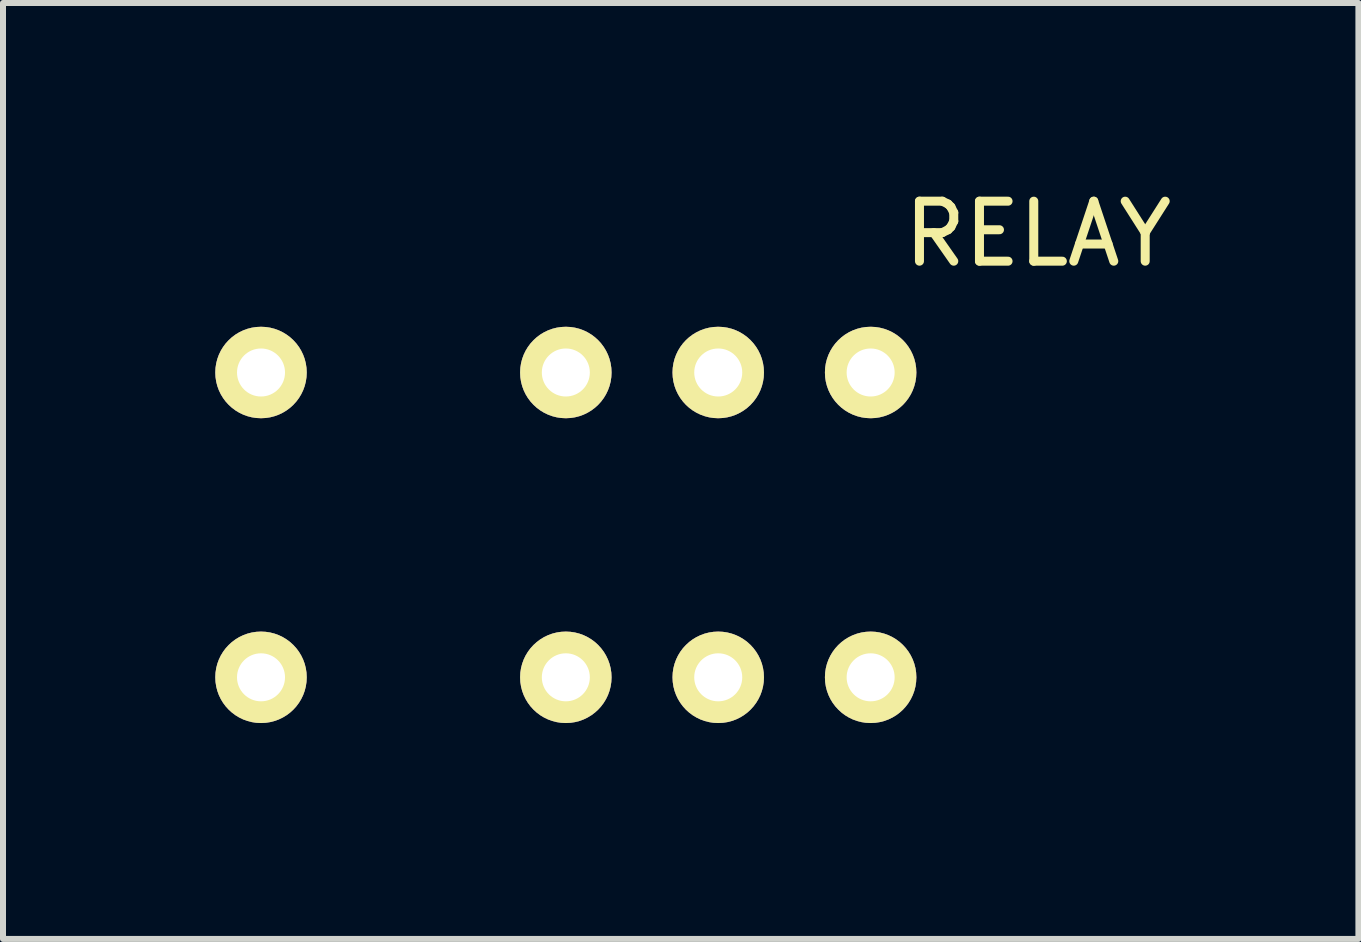
<source format=kicad_pcb>
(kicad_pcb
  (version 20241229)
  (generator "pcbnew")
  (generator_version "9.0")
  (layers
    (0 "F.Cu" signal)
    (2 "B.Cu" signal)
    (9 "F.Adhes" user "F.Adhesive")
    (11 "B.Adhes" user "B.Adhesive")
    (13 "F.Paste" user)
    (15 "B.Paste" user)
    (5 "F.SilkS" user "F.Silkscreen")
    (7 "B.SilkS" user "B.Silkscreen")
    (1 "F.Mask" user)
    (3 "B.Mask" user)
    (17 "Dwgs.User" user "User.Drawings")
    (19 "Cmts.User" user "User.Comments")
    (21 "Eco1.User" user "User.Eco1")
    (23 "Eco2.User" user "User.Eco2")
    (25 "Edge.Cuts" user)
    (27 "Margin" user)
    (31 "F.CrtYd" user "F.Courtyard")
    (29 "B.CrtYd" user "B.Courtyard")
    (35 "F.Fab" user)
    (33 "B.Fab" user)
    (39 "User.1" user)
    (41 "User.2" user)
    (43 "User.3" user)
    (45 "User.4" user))
  (footprint "RELAY"
    (layer "F.Cu")
    (at 0.25 9.348)
    (property "Reference" "RELAY" (at 14 -8.5 0) (layer "F.SilkS") (effects (font (size 1 1) (thickness 0.15))))
    (attr through_hole)
    (fp_line (start 0 -7.5) (end 15 -7.5) (stroke (width 0.15) (type solid)) (layer "B.Paste"))
    (fp_line (start 0 0) (end 0 -7.5) (stroke (width 0.15) (type solid)) (layer "B.Paste"))
    (fp_line (start 2.6 -5.2) (end 2.6 -4.9) (stroke (width 0.15) (type solid)) (layer "B.Paste"))
    (fp_line (start 2.6 -4.9) (end 2.6 -2.4) (stroke (width 0.15) (type solid)) (layer "B.Paste"))
    (fp_line (start 2.6 -2.4) (end 3.9 -2.4) (stroke (width 0.15) (type solid)) (layer "B.Paste"))
    (fp_line (start 3.3 -6.3) (end 2.2 -6.3) (stroke (width 0.15) (type solid)) (layer "B.Paste"))
    (fp_line (start 3.3 -5.2) (end 3.3 -6.3) (stroke (width 0.15) (type solid)) (layer "B.Paste"))
    (fp_line (start 3.3 -2.4) (end 3.3 -0.8) (stroke (width 0.15) (type solid)) (layer "B.Paste"))
    (fp_line (start 3.3 -0.8) (end 2.2 -0.8) (stroke (width 0.15) (type solid)) (layer "B.Paste"))
    (fp_line (start 3.9 -5.2) (end 2.6 -5.2) (stroke (width 0.15) (type solid)) (layer "B.Paste"))
    (fp_line (start 3.9 -2.4) (end 2.6 -5.2) (stroke (width 0.15) (type solid)) (layer "B.Paste"))
    (fp_line (start 3.9 -2.4) (end 3.9 -5.2) (stroke (width 0.15) (type solid)) (layer "B.Paste"))
    (fp_line (start 8.6 -2.5) (end 6.1 -2.5) (stroke (width 0.15) (type solid)) (layer "B.Paste"))
    (fp_line (start 8.6 -2.5) (end 11.4 -3.1) (stroke (width 0.15) (type solid)) (layer "B.Paste"))
    (fp_line (start 8.6 -2.1) (end 8.6 -2.5) (stroke (width 0.15) (type solid)) (layer "B.Paste"))
    (fp_line (start 8.7 -5.3) (end 8.7 -4.9) (stroke (width 0.15) (type solid)) (layer "B.Paste"))
    (fp_line (start 8.7 -4.9) (end 6.1 -4.9) (stroke (width 0.15) (type solid)) (layer "B.Paste"))
    (fp_line (start 8.7 -4.9) (end 11.5 -4.2) (stroke (width 0.15) (type solid)) (layer "B.Paste"))
    (fp_line (start 15 -7.5) (end 15 0) (stroke (width 0.15) (type solid)) (layer "B.Paste"))
    (fp_line (start 15 0) (end 0 0) (stroke (width 0.15) (type solid)) (layer "B.Paste"))
    (pad "11" thru_hole circle (at 8.67 -1.11) (size 1.524 1.524) (drill 0.8) (layers "*.Cu" "*.Mask" "F.SilkS"))
    (pad "12" thru_hole circle (at 6.13 -1.11) (size 1.524 1.524) (drill 0.8) (layers "*.Cu" "*.Mask" "F.SilkS"))
    (pad "14" thru_hole circle (at 11.21 -1.11) (size 1.524 1.524) (drill 0.8) (layers "*.Cu" "*.Mask" "F.SilkS"))
    (pad "21" thru_hole circle (at 8.67 -6.19) (size 1.524 1.524) (drill 0.8) (layers "*.Cu" "*.Mask" "F.SilkS"))
    (pad "22" thru_hole circle (at 6.13 -6.19) (size 1.524 1.524) (drill 0.8) (layers "*.Cu" "*.Mask" "F.SilkS"))
    (pad "24" thru_hole circle (at 11.21 -6.19) (size 1.524 1.524) (drill 0.8) (layers "*.Cu" "*.Mask" "F.SilkS"))
    (pad "A1" thru_hole circle (at 1.05 -6.19) (size 1.524 1.524) (drill 0.8) (layers "*.Cu" "*.Mask" "F.SilkS"))
    (pad "A2" thru_hole circle (at 1.05 -1.11) (size 1.524 1.524) (drill 0.8) (layers "*.Cu" "*.Mask" "F.SilkS")))
  (gr_rect
    (start -3 -3)
    (end 19.589 12.598)
    (stroke (width 0.1) (type default))
    (fill no)
    (layer "Edge.Cuts")))
</source>
